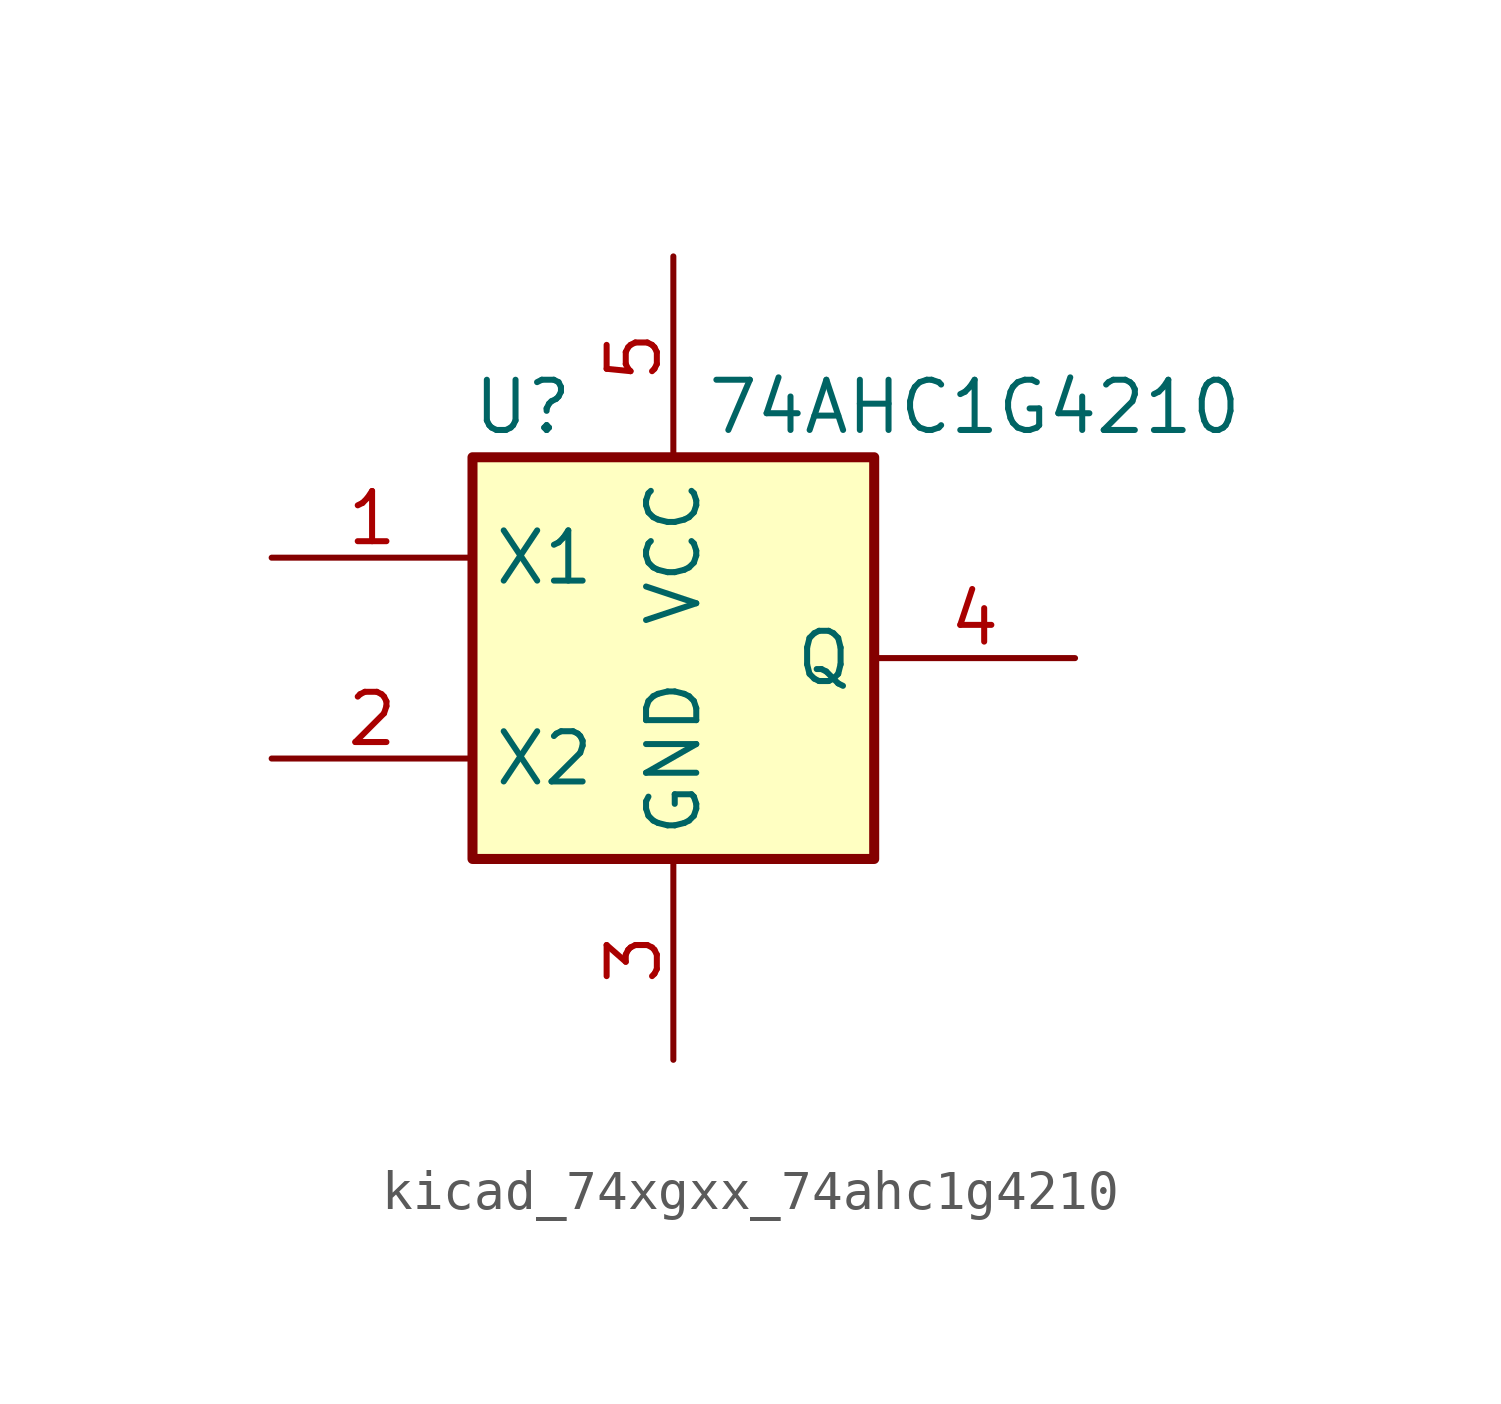
<source format=kicad_sym>
(kicad_symbol_lib
  (version 20220914)
  (generator kicad_symbol_editor)
  (symbol "kicad_74xgxx_74ahc1g4210"
    (property "Reference" "U"
      (at -3.81 6.35 0)
      (effects (font (size 1.27 1.27))))
    (property "Value" "74AHC1G4210"
      (at 7.62 6.35 0)
      (effects (font (size 1.27 1.27))))
    (symbol "kicad_74xgxx_74ahc1g4210_0_1"
      (rectangle (start -5.08 5.08) (end 5.08 -5.08) (stroke (width 0.254) (type default)) (fill (type background))))
    (symbol "kicad_74xgxx_74ahc1g4210_1_1"
      (pin input line (at -10.16 2.54 0) (length 5.08) (name "X1" (effects (font (size 1.27 1.27)))) (number "1" (effects (font (size 1.27 1.27)))))
      (pin input line (at -10.16 -2.54 0) (length 5.08) (name "X2" (effects (font (size 1.27 1.27)))) (number "2" (effects (font (size 1.27 1.27)))))
      (pin power_in line (at 0 -10.16 90) (length 5.08) (name "GND" (effects (font (size 1.27 1.27)))) (number "3" (effects (font (size 1.27 1.27)))))
      (pin output line (at 10.16 0 180) (length 5.08) (name "Q" (effects (font (size 1.27 1.27)))) (number "4" (effects (font (size 1.27 1.27)))))
      (pin power_in line (at 0 10.16 270) (length 5.08) (name "VCC" (effects (font (size 1.27 1.27)))) (number "5" (effects (font (size 1.27 1.27))))))))
</source>
